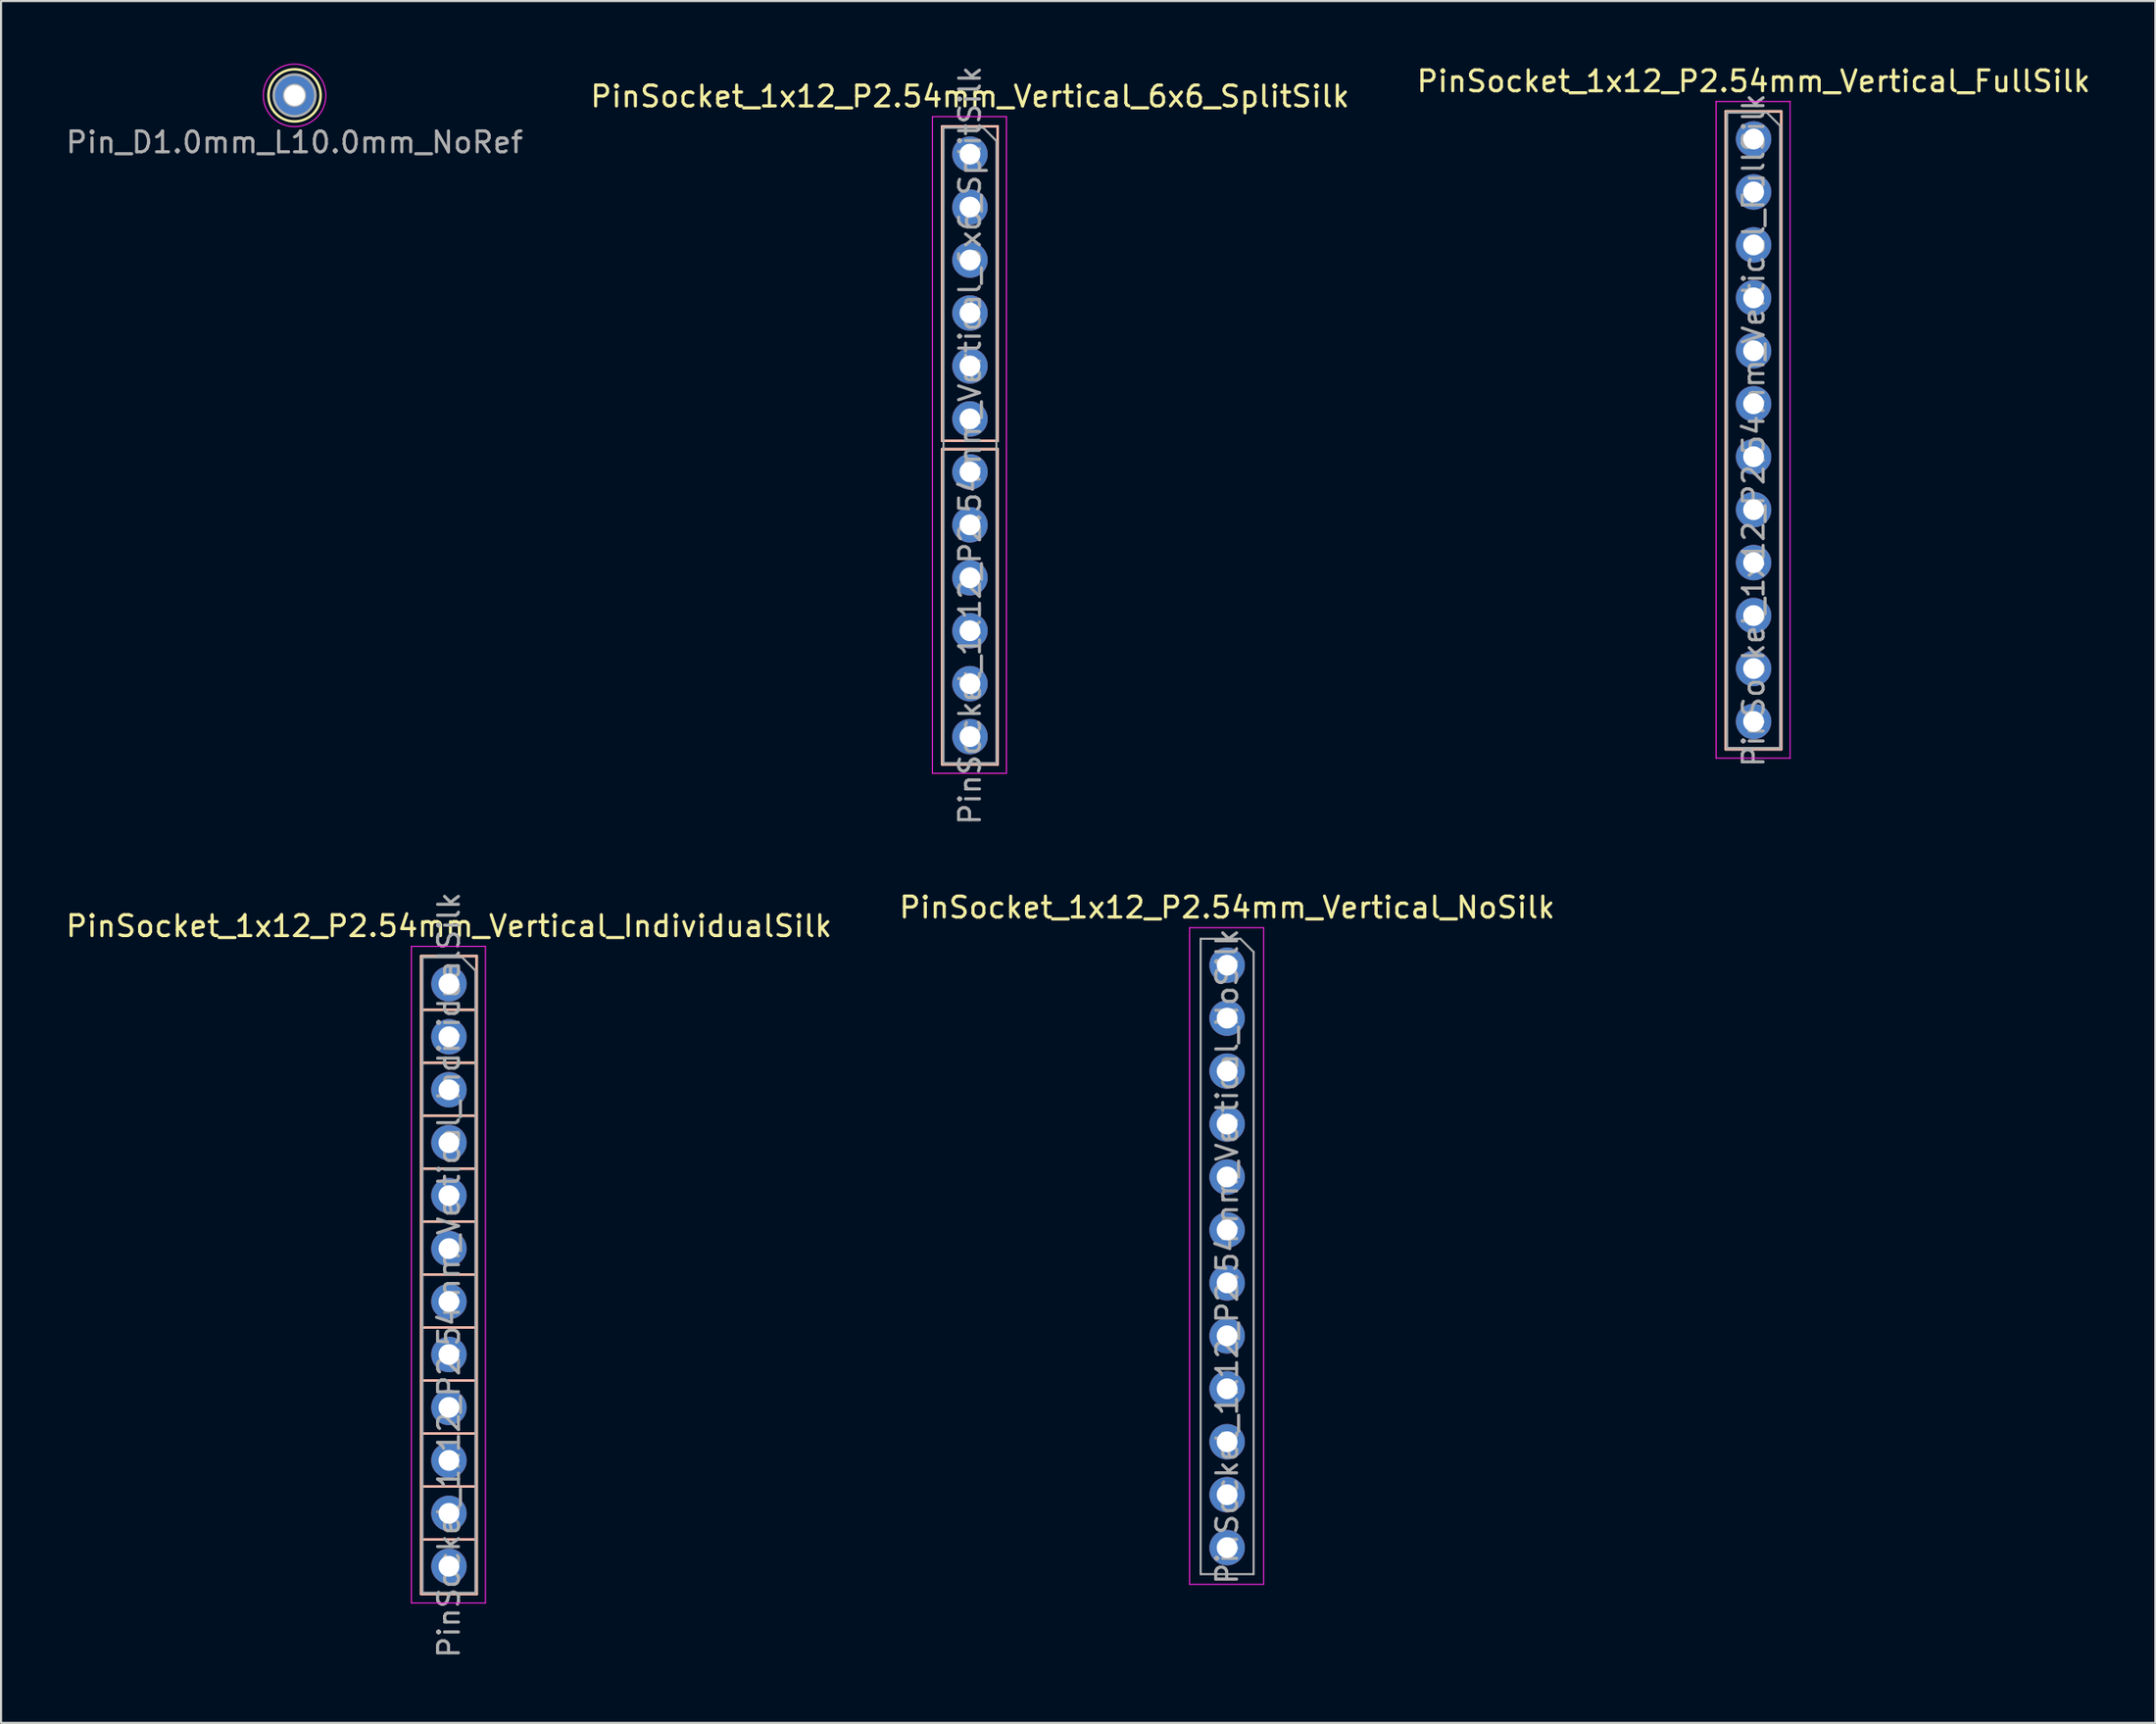
<source format=kicad_pcb>
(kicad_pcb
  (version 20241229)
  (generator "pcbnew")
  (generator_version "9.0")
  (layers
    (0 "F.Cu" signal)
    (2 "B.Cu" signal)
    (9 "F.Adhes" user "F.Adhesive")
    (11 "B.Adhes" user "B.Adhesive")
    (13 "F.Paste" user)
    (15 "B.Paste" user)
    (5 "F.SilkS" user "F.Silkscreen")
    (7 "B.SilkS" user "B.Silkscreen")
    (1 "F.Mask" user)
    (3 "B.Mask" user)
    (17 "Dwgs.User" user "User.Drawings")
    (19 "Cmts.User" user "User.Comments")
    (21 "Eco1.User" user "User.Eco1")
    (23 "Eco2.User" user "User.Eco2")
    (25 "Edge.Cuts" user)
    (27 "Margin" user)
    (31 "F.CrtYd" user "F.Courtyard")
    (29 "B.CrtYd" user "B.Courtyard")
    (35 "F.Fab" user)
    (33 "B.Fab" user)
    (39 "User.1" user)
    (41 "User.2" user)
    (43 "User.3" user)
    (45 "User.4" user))
  (footprint "PinSocket_1x12_P2.54mm_Vertical_IndividualSilk"
    (layer "F.Cu")
    (at 18.482 44.143)
    (property "Reference" "PinSocket_1x12_P2.54mm_Vertical_IndividualSilk" (at 0 -2.77 0) (layer "F.SilkS") (effects (font (size 1 1) (thickness 0.15))))
    (attr through_hole)
    (fp_line (start -1.33 -1.33) (end -1.33 29.27) (stroke (width 0.12) (type solid)) (layer "F.SilkS"))
    (fp_line (start -1.33 -1.33) (end 1.33 -1.33) (stroke (width 0.12) (type solid)) (layer "F.SilkS"))
    (fp_line (start -1.33 29.27) (end 1.33 29.27) (stroke (width 0.12) (type solid)) (layer "F.SilkS"))
    (fp_line (start 1.3 1.25) (end -1.3 1.25) (stroke (width 0.12) (type default)) (layer "F.SilkS"))
    (fp_line (start 1.3 3.79) (end -1.3 3.79) (stroke (width 0.12) (type default)) (layer "F.SilkS"))
    (fp_line (start 1.3 6.33) (end -1.3 6.33) (stroke (width 0.12) (type default)) (layer "F.SilkS"))
    (fp_line (start 1.3 8.87) (end -1.3 8.87) (stroke (width 0.12) (type default)) (layer "F.SilkS"))
    (fp_line (start 1.3 11.41) (end -1.3 11.41) (stroke (width 0.12) (type default)) (layer "F.SilkS"))
    (fp_line (start 1.3 13.95) (end -1.3 13.95) (stroke (width 0.12) (type default)) (layer "F.SilkS"))
    (fp_line (start 1.3 16.49) (end -1.3 16.49) (stroke (width 0.12) (type default)) (layer "F.SilkS"))
    (fp_line (start 1.3 19.03) (end -1.3 19.03) (stroke (width 0.12) (type default)) (layer "F.SilkS"))
    (fp_line (start 1.3 21.57) (end -1.3 21.57) (stroke (width 0.12) (type default)) (layer "F.SilkS"))
    (fp_line (start 1.3 24.11) (end -1.3 24.11) (stroke (width 0.12) (type default)) (layer "F.SilkS"))
    (fp_line (start 1.3 26.65) (end -1.3 26.65) (stroke (width 0.12) (type default)) (layer "F.SilkS"))
    (fp_line (start 1.33 -1.33) (end 1.33 29.27) (stroke (width 0.12) (type solid)) (layer "F.SilkS"))
    (fp_line (start -1.33 -1.33) (end -1.33 29.27) (stroke (width 0.12) (type solid)) (layer "B.SilkS"))
    (fp_line (start -1.3 1.25) (end 1.3 1.25) (stroke (width 0.12) (type default)) (layer "B.SilkS"))
    (fp_line (start -1.3 3.79) (end 1.3 3.79) (stroke (width 0.12) (type default)) (layer "B.SilkS"))
    (fp_line (start -1.3 6.33) (end 1.3 6.33) (stroke (width 0.12) (type default)) (layer "B.SilkS"))
    (fp_line (start -1.3 8.87) (end 1.3 8.87) (stroke (width 0.12) (type default)) (layer "B.SilkS"))
    (fp_line (start -1.3 11.41) (end 1.3 11.41) (stroke (width 0.12) (type default)) (layer "B.SilkS"))
    (fp_line (start -1.3 13.95) (end 1.3 13.95) (stroke (width 0.12) (type default)) (layer "B.SilkS"))
    (fp_line (start -1.3 16.49) (end 1.3 16.49) (stroke (width 0.12) (type default)) (layer "B.SilkS"))
    (fp_line (start -1.3 19.03) (end 1.3 19.03) (stroke (width 0.12) (type default)) (layer "B.SilkS"))
    (fp_line (start -1.3 21.57) (end 1.3 21.57) (stroke (width 0.12) (type default)) (layer "B.SilkS"))
    (fp_line (start -1.3 24.11) (end 1.3 24.11) (stroke (width 0.12) (type default)) (layer "B.SilkS"))
    (fp_line (start -1.3 26.65) (end 1.3 26.65) (stroke (width 0.12) (type default)) (layer "B.SilkS"))
    (fp_line (start 1.33 -1.33) (end -1.33 -1.33) (stroke (width 0.12) (type solid)) (layer "B.SilkS"))
    (fp_line (start 1.33 -1.33) (end 1.33 29.27) (stroke (width 0.12) (type solid)) (layer "B.SilkS"))
    (fp_line (start 1.33 29.27) (end -1.33 29.27) (stroke (width 0.12) (type solid)) (layer "B.SilkS"))
    (fp_line (start -1.8 -1.8) (end 1.75 -1.8) (stroke (width 0.05) (type solid)) (layer "F.CrtYd"))
    (fp_line (start -1.8 29.7) (end -1.8 -1.8) (stroke (width 0.05) (type solid)) (layer "F.CrtYd"))
    (fp_line (start 1.75 -1.8) (end 1.75 29.7) (stroke (width 0.05) (type solid)) (layer "F.CrtYd"))
    (fp_line (start 1.75 29.7) (end -1.8 29.7) (stroke (width 0.05) (type solid)) (layer "F.CrtYd"))
    (fp_line (start -1.27 -1.27) (end 0.635 -1.27) (stroke (width 0.1) (type solid)) (layer "F.Fab"))
    (fp_line (start -1.27 29.21) (end -1.27 -1.27) (stroke (width 0.1) (type solid)) (layer "F.Fab"))
    (fp_line (start 0.635 -1.27) (end 1.27 -0.635) (stroke (width 0.1) (type solid)) (layer "F.Fab"))
    (fp_line (start 1.27 -0.635) (end 1.27 29.21) (stroke (width 0.1) (type solid)) (layer "F.Fab"))
    (fp_line (start 1.27 29.21) (end -1.27 29.21) (stroke (width 0.1) (type solid)) (layer "F.Fab"))
    (fp_text user "${REFERENCE}" (at 0 13.97 90) (layer "F.Fab") (effects (font (size 1 1) (thickness 0.15))))
    (pad "1" thru_hole circle (at 0 0) (size 1.7 1.7) (drill 1) (layers "*.Cu" "*.Mask"))
    (pad "2" thru_hole oval (at 0 2.54) (size 1.7 1.7) (drill 1) (layers "*.Cu" "*.Mask"))
    (pad "3" thru_hole oval (at 0 5.08) (size 1.7 1.7) (drill 1) (layers "*.Cu" "*.Mask"))
    (pad "4" thru_hole oval (at 0 7.62) (size 1.7 1.7) (drill 1) (layers "*.Cu" "*.Mask"))
    (pad "5" thru_hole oval (at 0 10.16) (size 1.7 1.7) (drill 1) (layers "*.Cu" "*.Mask"))
    (pad "6" thru_hole oval (at 0 12.7) (size 1.7 1.7) (drill 1) (layers "*.Cu" "*.Mask"))
    (pad "7" thru_hole oval (at 0 15.24) (size 1.7 1.7) (drill 1) (layers "*.Cu" "*.Mask"))
    (pad "8" thru_hole oval (at 0 17.78) (size 1.7 1.7) (drill 1) (layers "*.Cu" "*.Mask"))
    (pad "9" thru_hole oval (at 0 20.32) (size 1.7 1.7) (drill 1) (layers "*.Cu" "*.Mask"))
    (pad "10" thru_hole oval (at 0 22.86) (size 1.7 1.7) (drill 1) (layers "*.Cu" "*.Mask"))
    (pad "11" thru_hole oval (at 0 25.4) (size 1.7 1.7) (drill 1) (layers "*.Cu" "*.Mask"))
    (pad "12" thru_hole oval (at 0 27.94) (size 1.7 1.7) (drill 1) (layers "*.Cu" "*.Mask")))
  (footprint "PinSocket_1x12_P2.54mm_Vertical_FullSilk"
    (layer "F.Cu")
    (at 81.054 3.618)
    (property "Reference" "PinSocket_1x12_P2.54mm_Vertical_FullSilk" (at 0 -2.77 0) (layer "F.SilkS") (effects (font (size 1 1) (thickness 0.15))))
    (attr through_hole)
    (fp_line (start -1.33 -1.33) (end -1.33 29.27) (stroke (width 0.12) (type solid)) (layer "F.SilkS"))
    (fp_line (start -1.33 -1.33) (end 1.33 -1.33) (stroke (width 0.12) (type solid)) (layer "F.SilkS"))
    (fp_line (start -1.33 29.27) (end 1.33 29.27) (stroke (width 0.12) (type solid)) (layer "F.SilkS"))
    (fp_line (start 1.33 -1.33) (end 1.33 29.27) (stroke (width 0.12) (type solid)) (layer "F.SilkS"))
    (fp_line (start -1.33 -1.32) (end -1.33 29.28) (stroke (width 0.12) (type solid)) (layer "B.SilkS"))
    (fp_line (start 1.33 -1.32) (end -1.33 -1.32) (stroke (width 0.12) (type solid)) (layer "B.SilkS"))
    (fp_line (start 1.33 -1.32) (end 1.33 29.28) (stroke (width 0.12) (type solid)) (layer "B.SilkS"))
    (fp_line (start 1.33 29.28) (end -1.33 29.28) (stroke (width 0.12) (type solid)) (layer "B.SilkS"))
    (fp_line (start -1.8 -1.8) (end 1.75 -1.8) (stroke (width 0.05) (type solid)) (layer "F.CrtYd"))
    (fp_line (start -1.8 29.7) (end -1.8 -1.8) (stroke (width 0.05) (type solid)) (layer "F.CrtYd"))
    (fp_line (start 1.75 -1.8) (end 1.75 29.7) (stroke (width 0.05) (type solid)) (layer "F.CrtYd"))
    (fp_line (start 1.75 29.7) (end -1.8 29.7) (stroke (width 0.05) (type solid)) (layer "F.CrtYd"))
    (fp_line (start -1.27 -1.27) (end 0.635 -1.27) (stroke (width 0.1) (type solid)) (layer "F.Fab"))
    (fp_line (start -1.27 29.21) (end -1.27 -1.27) (stroke (width 0.1) (type solid)) (layer "F.Fab"))
    (fp_line (start 0.635 -1.27) (end 1.27 -0.635) (stroke (width 0.1) (type solid)) (layer "F.Fab"))
    (fp_line (start 1.27 -0.635) (end 1.27 29.21) (stroke (width 0.1) (type solid)) (layer "F.Fab"))
    (fp_line (start 1.27 29.21) (end -1.27 29.21) (stroke (width 0.1) (type solid)) (layer "F.Fab"))
    (fp_text user "${REFERENCE}" (at 0 13.97 90) (layer "F.Fab") (effects (font (size 1 1) (thickness 0.15))))
    (pad "1" thru_hole circle (at 0 0) (size 1.7 1.7) (drill 1) (layers "*.Cu" "*.Mask"))
    (pad "2" thru_hole oval (at 0 2.54) (size 1.7 1.7) (drill 1) (layers "*.Cu" "*.Mask"))
    (pad "3" thru_hole oval (at 0 5.08) (size 1.7 1.7) (drill 1) (layers "*.Cu" "*.Mask"))
    (pad "4" thru_hole oval (at 0 7.62) (size 1.7 1.7) (drill 1) (layers "*.Cu" "*.Mask"))
    (pad "5" thru_hole oval (at 0 10.16) (size 1.7 1.7) (drill 1) (layers "*.Cu" "*.Mask"))
    (pad "6" thru_hole oval (at 0 12.7) (size 1.7 1.7) (drill 1) (layers "*.Cu" "*.Mask"))
    (pad "7" thru_hole oval (at 0 15.24) (size 1.7 1.7) (drill 1) (layers "*.Cu" "*.Mask"))
    (pad "8" thru_hole oval (at 0 17.78) (size 1.7 1.7) (drill 1) (layers "*.Cu" "*.Mask"))
    (pad "9" thru_hole oval (at 0 20.32) (size 1.7 1.7) (drill 1) (layers "*.Cu" "*.Mask"))
    (pad "10" thru_hole oval (at 0 22.86) (size 1.7 1.7) (drill 1) (layers "*.Cu" "*.Mask"))
    (pad "11" thru_hole oval (at 0 25.4) (size 1.7 1.7) (drill 1) (layers "*.Cu" "*.Mask"))
    (pad "12" thru_hole oval (at 0 27.94) (size 1.7 1.7) (drill 1) (layers "*.Cu" "*.Mask")))
  (footprint "PinSocket_1x12_P2.54mm_Vertical_NoSilk"
    (layer "F.Cu")
    (at 55.804 43.249)
    (property "Reference" "PinSocket_1x12_P2.54mm_Vertical_NoSilk" (at 0 -2.77 0) (layer "F.SilkS") (effects (font (size 1 1) (thickness 0.15))))
    (attr through_hole)
    (fp_line (start -1.8 -1.8) (end 1.75 -1.8) (stroke (width 0.05) (type solid)) (layer "F.CrtYd"))
    (fp_line (start -1.8 29.7) (end -1.8 -1.8) (stroke (width 0.05) (type solid)) (layer "F.CrtYd"))
    (fp_line (start 1.75 -1.8) (end 1.75 29.7) (stroke (width 0.05) (type solid)) (layer "F.CrtYd"))
    (fp_line (start 1.75 29.7) (end -1.8 29.7) (stroke (width 0.05) (type solid)) (layer "F.CrtYd"))
    (fp_line (start -1.27 -1.27) (end 0.635 -1.27) (stroke (width 0.1) (type solid)) (layer "F.Fab"))
    (fp_line (start -1.27 29.21) (end -1.27 -1.27) (stroke (width 0.1) (type solid)) (layer "F.Fab"))
    (fp_line (start 0.635 -1.27) (end 1.27 -0.635) (stroke (width 0.1) (type solid)) (layer "F.Fab"))
    (fp_line (start 1.27 -0.635) (end 1.27 29.21) (stroke (width 0.1) (type solid)) (layer "F.Fab"))
    (fp_line (start 1.27 29.21) (end -1.27 29.21) (stroke (width 0.1) (type solid)) (layer "F.Fab"))
    (fp_text user "${REFERENCE}" (at 0 13.97 90) (layer "F.Fab") (effects (font (size 1 1) (thickness 0.15))))
    (pad "1" thru_hole circle (at 0 0) (size 1.7 1.7) (drill 1) (layers "*.Cu" "*.Mask"))
    (pad "2" thru_hole oval (at 0 2.54) (size 1.7 1.7) (drill 1) (layers "*.Cu" "*.Mask"))
    (pad "3" thru_hole oval (at 0 5.08) (size 1.7 1.7) (drill 1) (layers "*.Cu" "*.Mask"))
    (pad "4" thru_hole oval (at 0 7.62) (size 1.7 1.7) (drill 1) (layers "*.Cu" "*.Mask"))
    (pad "5" thru_hole oval (at 0 10.16) (size 1.7 1.7) (drill 1) (layers "*.Cu" "*.Mask"))
    (pad "6" thru_hole oval (at 0 12.7) (size 1.7 1.7) (drill 1) (layers "*.Cu" "*.Mask"))
    (pad "7" thru_hole oval (at 0 15.24) (size 1.7 1.7) (drill 1) (layers "*.Cu" "*.Mask"))
    (pad "8" thru_hole oval (at 0 17.78) (size 1.7 1.7) (drill 1) (layers "*.Cu" "*.Mask"))
    (pad "9" thru_hole oval (at 0 20.32) (size 1.7 1.7) (drill 1) (layers "*.Cu" "*.Mask"))
    (pad "10" thru_hole oval (at 0 22.86) (size 1.7 1.7) (drill 1) (layers "*.Cu" "*.Mask"))
    (pad "11" thru_hole oval (at 0 25.4) (size 1.7 1.7) (drill 1) (layers "*.Cu" "*.Mask"))
    (pad "12" thru_hole oval (at 0 27.94) (size 1.7 1.7) (drill 1) (layers "*.Cu" "*.Mask")))
  (footprint "PinSocket_1x12_P2.54mm_Vertical_6x6_SplitSilk"
    (layer "F.Cu")
    (at 43.47 4.345)
    (property "Reference" "PinSocket_1x12_P2.54mm_Vertical_6x6_SplitSilk" (at 0 -2.77 0) (layer "F.SilkS") (effects (font (size 1 1) (thickness 0.15))))
    (attr through_hole)
    (fp_line (start -1.33 -1.33) (end -1.33 13.75) (stroke (width 0.12) (type solid)) (layer "F.SilkS"))
    (fp_line (start -1.33 -1.33) (end 1.33 -1.33) (stroke (width 0.12) (type solid)) (layer "F.SilkS"))
    (fp_line (start -1.33 13.75) (end 1.33 13.75) (stroke (width 0.12) (type solid)) (layer "F.SilkS"))
    (fp_line (start -1.33 14.15) (end -1.33 29.27) (stroke (width 0.12) (type solid)) (layer "F.SilkS"))
    (fp_line (start -1.33 14.15) (end 1.33 14.15) (stroke (width 0.12) (type solid)) (layer "F.SilkS"))
    (fp_line (start -1.33 29.27) (end 1.33 29.27) (stroke (width 0.12) (type solid)) (layer "F.SilkS"))
    (fp_line (start 1.33 -1.33) (end 1.33 13.75) (stroke (width 0.12) (type solid)) (layer "F.SilkS"))
    (fp_line (start 1.33 14.15) (end 1.33 29.27) (stroke (width 0.12) (type solid)) (layer "F.SilkS"))
    (fp_line (start -1.33 -1.33) (end -1.33 13.75) (stroke (width 0.12) (type solid)) (layer "B.SilkS"))
    (fp_line (start -1.33 14.15) (end -1.33 29.27) (stroke (width 0.12) (type solid)) (layer "B.SilkS"))
    (fp_line (start 1.33 -1.33) (end -1.33 -1.33) (stroke (width 0.12) (type solid)) (layer "B.SilkS"))
    (fp_line (start 1.33 -1.33) (end 1.33 13.75) (stroke (width 0.12) (type solid)) (layer "B.SilkS"))
    (fp_line (start 1.33 13.75) (end -1.33 13.75) (stroke (width 0.12) (type solid)) (layer "B.SilkS"))
    (fp_line (start 1.33 14.15) (end -1.33 14.15) (stroke (width 0.12) (type solid)) (layer "B.SilkS"))
    (fp_line (start 1.33 14.15) (end 1.33 29.27) (stroke (width 0.12) (type solid)) (layer "B.SilkS"))
    (fp_line (start 1.33 29.27) (end -1.33 29.27) (stroke (width 0.12) (type solid)) (layer "B.SilkS"))
    (fp_line (start -1.8 -1.8) (end 1.75 -1.8) (stroke (width 0.05) (type solid)) (layer "F.CrtYd"))
    (fp_line (start -1.8 29.7) (end -1.8 -1.8) (stroke (width 0.05) (type solid)) (layer "F.CrtYd"))
    (fp_line (start 1.75 -1.8) (end 1.75 29.7) (stroke (width 0.05) (type solid)) (layer "F.CrtYd"))
    (fp_line (start 1.75 29.7) (end -1.8 29.7) (stroke (width 0.05) (type solid)) (layer "F.CrtYd"))
    (fp_line (start -1.27 -1.27) (end 0.635 -1.27) (stroke (width 0.1) (type solid)) (layer "F.Fab"))
    (fp_line (start -1.27 29.21) (end -1.27 -1.27) (stroke (width 0.1) (type solid)) (layer "F.Fab"))
    (fp_line (start 0.635 -1.27) (end 1.27 -0.635) (stroke (width 0.1) (type solid)) (layer "F.Fab"))
    (fp_line (start 1.27 -0.635) (end 1.27 29.21) (stroke (width 0.1) (type solid)) (layer "F.Fab"))
    (fp_line (start 1.27 29.21) (end -1.27 29.21) (stroke (width 0.1) (type solid)) (layer "F.Fab"))
    (fp_text user "${REFERENCE}" (at 0 13.97 90) (layer "F.Fab") (effects (font (size 1 1) (thickness 0.15))))
    (pad "1" thru_hole circle (at 0 0) (size 1.7 1.7) (drill 1) (layers "*.Cu" "*.Mask"))
    (pad "2" thru_hole oval (at 0 2.54) (size 1.7 1.7) (drill 1) (layers "*.Cu" "*.Mask"))
    (pad "3" thru_hole oval (at 0 5.08) (size 1.7 1.7) (drill 1) (layers "*.Cu" "*.Mask"))
    (pad "4" thru_hole oval (at 0 7.62) (size 1.7 1.7) (drill 1) (layers "*.Cu" "*.Mask"))
    (pad "5" thru_hole oval (at 0 10.16) (size 1.7 1.7) (drill 1) (layers "*.Cu" "*.Mask"))
    (pad "6" thru_hole oval (at 0 12.7) (size 1.7 1.7) (drill 1) (layers "*.Cu" "*.Mask"))
    (pad "7" thru_hole oval (at 0 15.24) (size 1.7 1.7) (drill 1) (layers "*.Cu" "*.Mask"))
    (pad "8" thru_hole oval (at 0 17.78) (size 1.7 1.7) (drill 1) (layers "*.Cu" "*.Mask"))
    (pad "9" thru_hole oval (at 0 20.32) (size 1.7 1.7) (drill 1) (layers "*.Cu" "*.Mask"))
    (pad "10" thru_hole oval (at 0 22.86) (size 1.7 1.7) (drill 1) (layers "*.Cu" "*.Mask"))
    (pad "11" thru_hole oval (at 0 25.4) (size 1.7 1.7) (drill 1) (layers "*.Cu" "*.Mask"))
    (pad "12" thru_hole oval (at 0 27.94) (size 1.7 1.7) (drill 1) (layers "*.Cu" "*.Mask")))
  (footprint "Pin_D1.0mm_L10.0mm_NoRef"
    (layer "F.Cu")
    (at 11.077 1.525)
    (property "Reference" "Pin_D1.0mm_L10.0mm_NoRef" (at 0 2.25 0) (layer "User.9") (effects (font (size 1 1) (thickness 0.15))))
    (attr through_hole)
    (fp_circle (center 0 0) (end 1.25 0.05) (stroke (width 0.12) (type solid)) (fill no) (layer "F.SilkS"))
    (fp_circle (center 0 0) (end 1.5 0) (stroke (width 0.05) (type solid)) (fill no) (layer "F.CrtYd"))
    (fp_circle (center 0 0) (end 0.5 0) (stroke (width 0.12) (type solid)) (fill no) (layer "F.Fab"))
    (fp_circle (center 0 0) (end 1 0) (stroke (width 0.12) (type solid)) (fill no) (layer "F.Fab"))
    (fp_text user "${REFERENCE}" (at 0 2.25 0) (layer "F.Fab") (effects (font (size 1 1) (thickness 0.15))))
    (pad "1" thru_hole circle (at 0 0) (size 2 2) (drill 1) (layers "*.Cu" "*.Mask")))
  (gr_rect
    (start -3 -3)
    (end 100.321 79.595)
    (stroke (width 0.1) (type default))
    (fill no)
    (layer "Edge.Cuts")))
</source>
